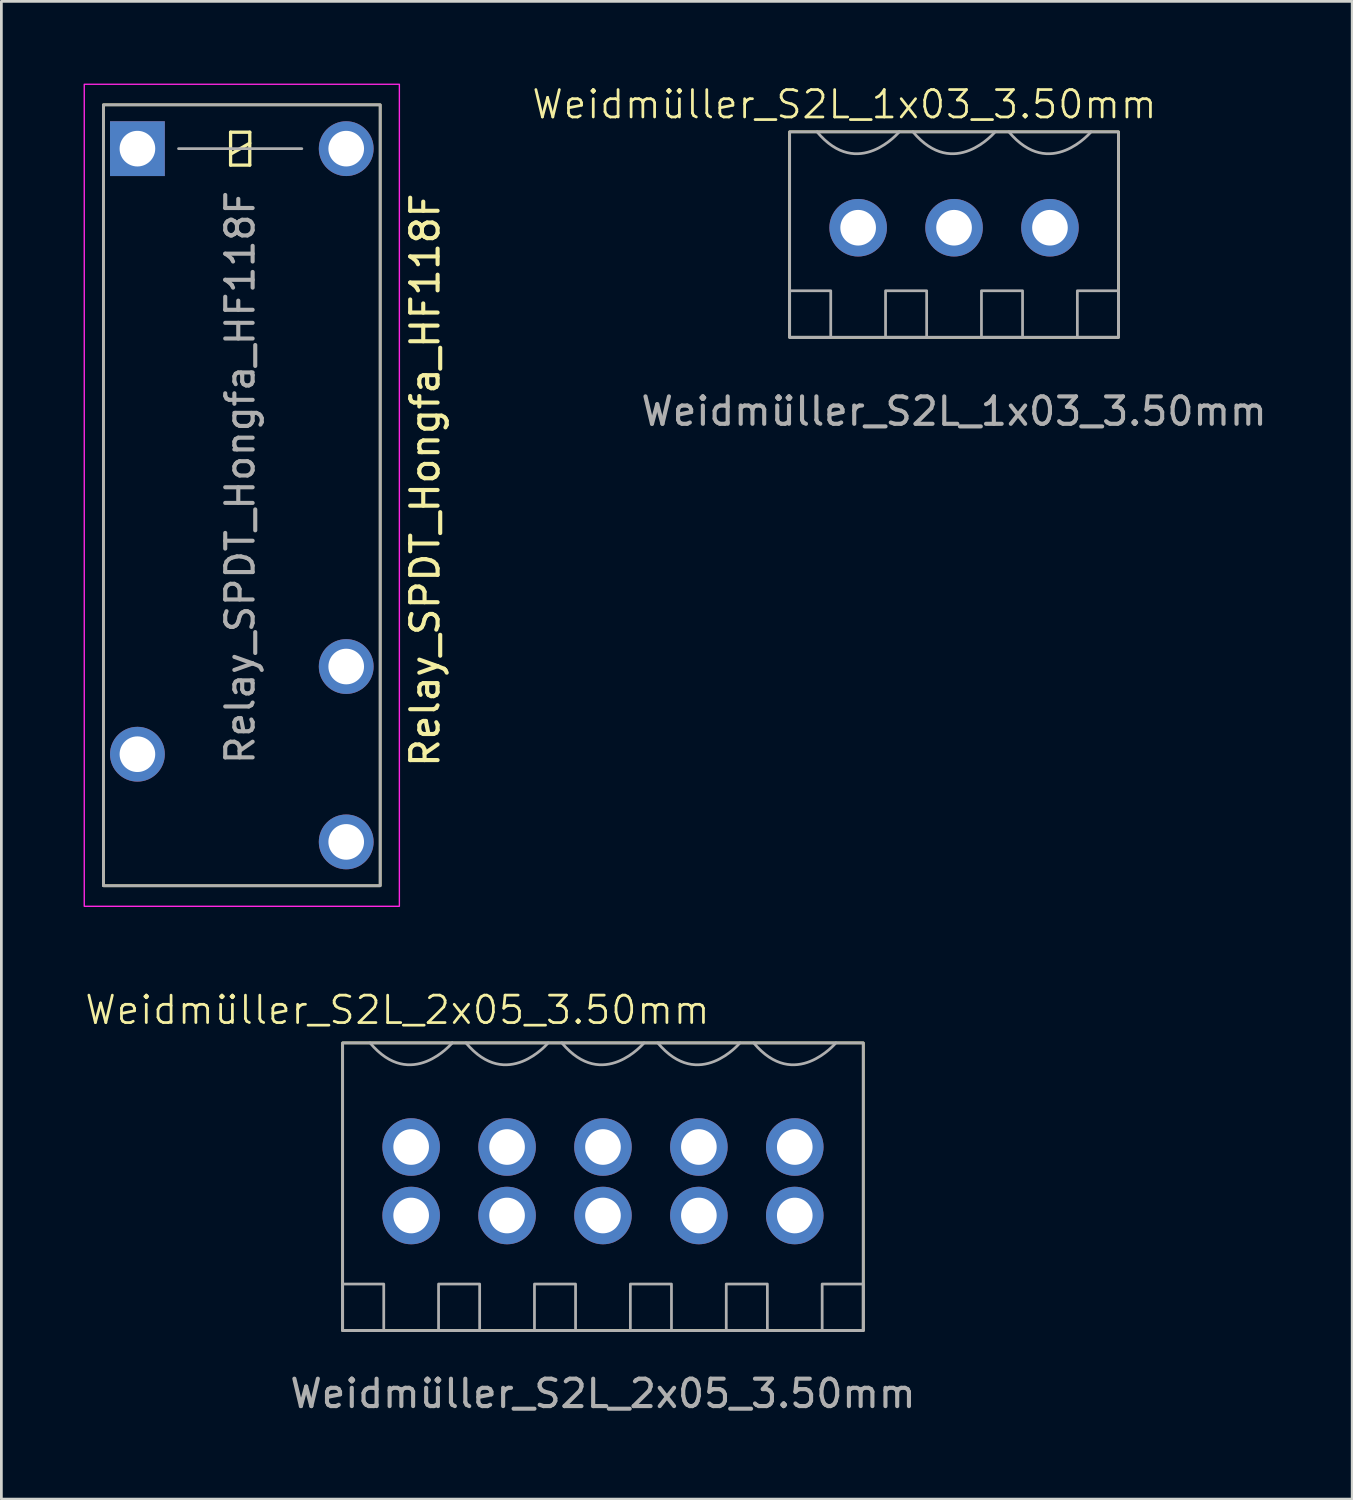
<source format=kicad_pcb>
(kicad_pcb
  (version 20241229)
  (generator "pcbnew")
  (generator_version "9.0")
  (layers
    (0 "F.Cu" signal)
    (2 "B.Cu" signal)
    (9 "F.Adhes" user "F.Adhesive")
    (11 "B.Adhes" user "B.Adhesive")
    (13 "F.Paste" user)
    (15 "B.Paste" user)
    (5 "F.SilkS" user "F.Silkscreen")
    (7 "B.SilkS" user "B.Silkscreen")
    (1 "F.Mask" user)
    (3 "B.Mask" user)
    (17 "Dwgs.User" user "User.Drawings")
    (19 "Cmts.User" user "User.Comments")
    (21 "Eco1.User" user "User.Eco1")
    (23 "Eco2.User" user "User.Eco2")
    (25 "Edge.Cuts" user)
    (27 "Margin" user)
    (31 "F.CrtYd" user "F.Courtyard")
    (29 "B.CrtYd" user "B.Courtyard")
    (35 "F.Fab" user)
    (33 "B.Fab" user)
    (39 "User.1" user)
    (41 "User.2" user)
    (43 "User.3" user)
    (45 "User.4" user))
  (footprint "Weidmüller_S2L_2x05_3.50mm"
    (layer "F.Cu")
    (at 11.955 41.31)
    (property "Reference" "Weidmüller_S2L_2x05_3.50mm" (at -0.5 -7.5 0) (unlocked yes) (layer "F.SilkS") (effects (font (size 1 1) (thickness 0.1))))
    (attr through_hole)
    (fp_rect (start -2.5 -6.3) (end 16.5 4.2) (stroke (width 0.1) (type solid)) (fill no) (layer "F.SilkS"))
    (fp_rect (start -2.5 -6.3) (end 16.5 4.2) (stroke (width 0.1) (type solid)) (fill no) (layer "F.Fab"))
    (fp_rect (start -2.5 2.5) (end -1 4.2) (stroke (width 0.1) (type default)) (fill no) (layer "F.Fab"))
    (fp_rect (start 1 2.5) (end 2.5 4.2) (stroke (width 0.1) (type default)) (fill no) (layer "F.Fab"))
    (fp_rect (start 4.5 2.5) (end 6 4.2) (stroke (width 0.1) (type solid)) (fill no) (layer "F.Fab"))
    (fp_rect (start 8 2.5) (end 9.5 4.2) (stroke (width 0.1) (type solid)) (fill no) (layer "F.Fab"))
    (fp_rect (start 11.5 2.5) (end 13 4.2) (stroke (width 0.1) (type default)) (fill no) (layer "F.Fab"))
    (fp_rect (start 15 2.5) (end 16.5 4.2) (stroke (width 0.1) (type default)) (fill no) (layer "F.Fab"))
    (fp_curve (pts (xy -1.5 -6.3) (xy 0 -4.5) (xy 1.5 -6.3) (xy 1.5 -6.3)) (stroke (width 0.1) (type default)) (layer "F.Fab"))
    (fp_curve (pts (xy 1.5 -6.3) (xy 1.5 -6.3) (xy 1.5 -6.3) (xy 1.5 -6.3)) (stroke (width 0.1) (type default)) (layer "F.Fab"))
    (fp_curve (pts (xy 2 -6.3) (xy 3.5 -4.5) (xy 5 -6.3) (xy 5 -6.3)) (stroke (width 0.1) (type default)) (layer "F.Fab"))
    (fp_curve (pts (xy 5.5 -6.3) (xy 7 -4.5) (xy 8.5 -6.3) (xy 8.5 -6.3)) (stroke (width 0.1) (type default)) (layer "F.Fab"))
    (fp_curve (pts (xy 9 -6.3) (xy 10.5 -4.5) (xy 12 -6.3) (xy 12 -6.3)) (stroke (width 0.1) (type default)) (layer "F.Fab"))
    (fp_curve (pts (xy 12.5 -6.3) (xy 14 -4.5) (xy 15.5 -6.3) (xy 15.5 -6.3)) (stroke (width 0.1) (type default)) (layer "F.Fab"))
    (fp_text user "${REFERENCE}" (at 7 6.5 0) (unlocked yes) (layer "F.Fab") (effects (font (size 1 1) (thickness 0.15))))
    (pad "1" thru_hole circle (at 0 0) (size 2.1 2.1) (drill 1.3) (layers "*.Cu" "*.Mask"))
    (pad "2" thru_hole circle (at 0 -2.5) (size 2.1 2.1) (drill 1.3) (layers "*.Cu" "*.Mask"))
    (pad "3" thru_hole circle (at 3.5 0) (size 2.1 2.1) (drill 1.3) (layers "*.Cu" "*.Mask"))
    (pad "4" thru_hole circle (at 3.5 -2.5) (size 2.1 2.1) (drill 1.3) (layers "*.Cu" "*.Mask"))
    (pad "5" thru_hole circle (at 7 0) (size 2.1 2.1) (drill 1.3) (layers "*.Cu" "*.Mask"))
    (pad "6" thru_hole circle (at 7 -2.5) (size 2.1 2.1) (drill 1.3) (layers "*.Cu" "*.Mask"))
    (pad "7" thru_hole circle (at 10.5 0) (size 2.1 2.1) (drill 1.3) (layers "*.Cu" "*.Mask"))
    (pad "8" thru_hole circle (at 10.5 -2.5) (size 2.1 2.1) (drill 1.3) (layers "*.Cu" "*.Mask"))
    (pad "9" thru_hole circle (at 14 0) (size 2.1 2.1) (drill 1.3) (layers "*.Cu" "*.Mask"))
    (pad "10" thru_hole circle (at 14 -2.5) (size 2.1 2.1) (drill 1.3) (layers "*.Cu" "*.Mask")))
  (footprint "Weidmüller_S2L_1x03_3.50mm"
    (layer "F.Cu")
    (at 28.268 5.261)
    (property "Reference" "Weidmüller_S2L_1x03_3.50mm" (at -0.5 -4.5 0) (unlocked yes) (layer "F.SilkS") (effects (font (size 1 1) (thickness 0.1))))
    (attr through_hole)
    (fp_rect (start -2.5 -3.5) (end 9.5 4) (stroke (width 0.1) (type solid)) (fill no) (layer "F.SilkS"))
    (fp_rect (start -2.5 -3.5) (end 9.5 4) (stroke (width 0.1) (type solid)) (fill no) (layer "F.Fab"))
    (fp_rect (start -2.5 2.3) (end -1 4) (stroke (width 0.1) (type default)) (fill no) (layer "F.Fab"))
    (fp_rect (start 1 2.3) (end 2.5 4) (stroke (width 0.1) (type default)) (fill no) (layer "F.Fab"))
    (fp_rect (start 4.5 2.3) (end 6 4) (stroke (width 0.1) (type solid)) (fill no) (layer "F.Fab"))
    (fp_rect (start 8 2.3) (end 9.5 4) (stroke (width 0.1) (type solid)) (fill no) (layer "F.Fab"))
    (fp_curve (pts (xy -1.5 -3.5) (xy 0 -1.7) (xy 1.5 -3.5) (xy 1.5 -3.5)) (stroke (width 0.1) (type default)) (layer "F.Fab"))
    (fp_curve (pts (xy 1.5 -3.5) (xy 1.5 -3.5) (xy 1.5 -3.5) (xy 1.5 -3.5)) (stroke (width 0.1) (type default)) (layer "F.Fab"))
    (fp_curve (pts (xy 2 -3.5) (xy 3.5 -1.7) (xy 5 -3.5) (xy 5 -3.5)) (stroke (width 0.1) (type default)) (layer "F.Fab"))
    (fp_curve (pts (xy 5.5 -3.5) (xy 7 -1.7) (xy 8.5 -3.5) (xy 8.5 -3.5)) (stroke (width 0.1) (type default)) (layer "F.Fab"))
    (fp_text user "${REFERENCE}" (at 3.5 6.7 0) (unlocked yes) (layer "F.Fab") (effects (font (size 1 1) (thickness 0.15))))
    (pad "1" thru_hole circle (at 0 0) (size 2.1 2.1) (drill 1.3) (layers "*.Cu" "*.Mask"))
    (pad "2" thru_hole circle (at 3.5 0) (size 2.1 2.1) (drill 1.3) (layers "*.Cu" "*.Mask"))
    (pad "3" thru_hole circle (at 7 0) (size 2.1 2.1) (drill 1.3) (layers "*.Cu" "*.Mask")))
  (footprint "Relay_SPDT_Hongfa_HF118F"
    (layer "F.Cu")
    (at 1.965 2.375)
    (property "Reference" "Relay_SPDT_Hongfa_HF118F" (at 10.5 12.1 90) (layer "F.SilkS") (effects (font (size 1 1) (thickness 0.15))))
    (attr through_hole)
    (fp_line (start 3.4 -0.6) (end 3.4 0.6) (stroke (width 0.12) (type solid)) (layer "F.SilkS"))
    (fp_line (start 3.4 0.2) (end 4.1 -0.2) (stroke (width 0.12) (type solid)) (layer "F.SilkS"))
    (fp_line (start 3.4 0.6) (end 4.1 0.6) (stroke (width 0.12) (type solid)) (layer "F.SilkS"))
    (fp_line (start 4.1 -0.6) (end 3.4 -0.6) (stroke (width 0.12) (type solid)) (layer "F.SilkS"))
    (fp_line (start 4.1 0.6) (end 4.1 -0.6) (stroke (width 0.12) (type solid)) (layer "F.SilkS"))
    (fp_rect (start -1.24 -1.6) (end 8.86 26.9) (stroke (width 0.1) (type solid)) (fill no) (layer "F.SilkS"))
    (fp_rect (start -1.94 -2.35) (end 9.56 27.65) (stroke (width 0.05) (type solid)) (fill no) (layer "F.CrtYd"))
    (fp_line (start 1.5 0) (end 6 0) (stroke (width 0.1) (type solid)) (layer "F.Fab"))
    (fp_rect (start -1.24 -1.6) (end 8.86 26.9) (stroke (width 0.1) (type solid)) (fill no) (layer "F.Fab"))
    (fp_text user "${REFERENCE}" (at 3.75 12 90) (layer "F.Fab") (effects (font (size 1 1) (thickness 0.15))))
    (pad "11" thru_hole circle (at 0 22.1) (size 2 2) (drill 1.3) (layers "*.Cu" "*.Mask"))
    (pad "12" thru_hole circle (at 7.62 18.9) (size 2 2) (drill 1.3) (layers "*.Cu" "*.Mask"))
    (pad "14" thru_hole circle (at 7.62 25.3) (size 2 2) (drill 1.3) (layers "*.Cu" "*.Mask"))
    (pad "A1" thru_hole rect (at 0 0) (size 2 2) (drill 1.3) (layers "*.Cu" "*.Mask"))
    (pad "A2" thru_hole circle (at 7.62 0) (size 2 2) (drill 1.3) (layers "*.Cu" "*.Mask")))
  (gr_rect
    (start -3 -3)
    (end 46.298 51.659)
    (stroke (width 0.1) (type default))
    (fill no)
    (layer "Edge.Cuts")))
</source>
